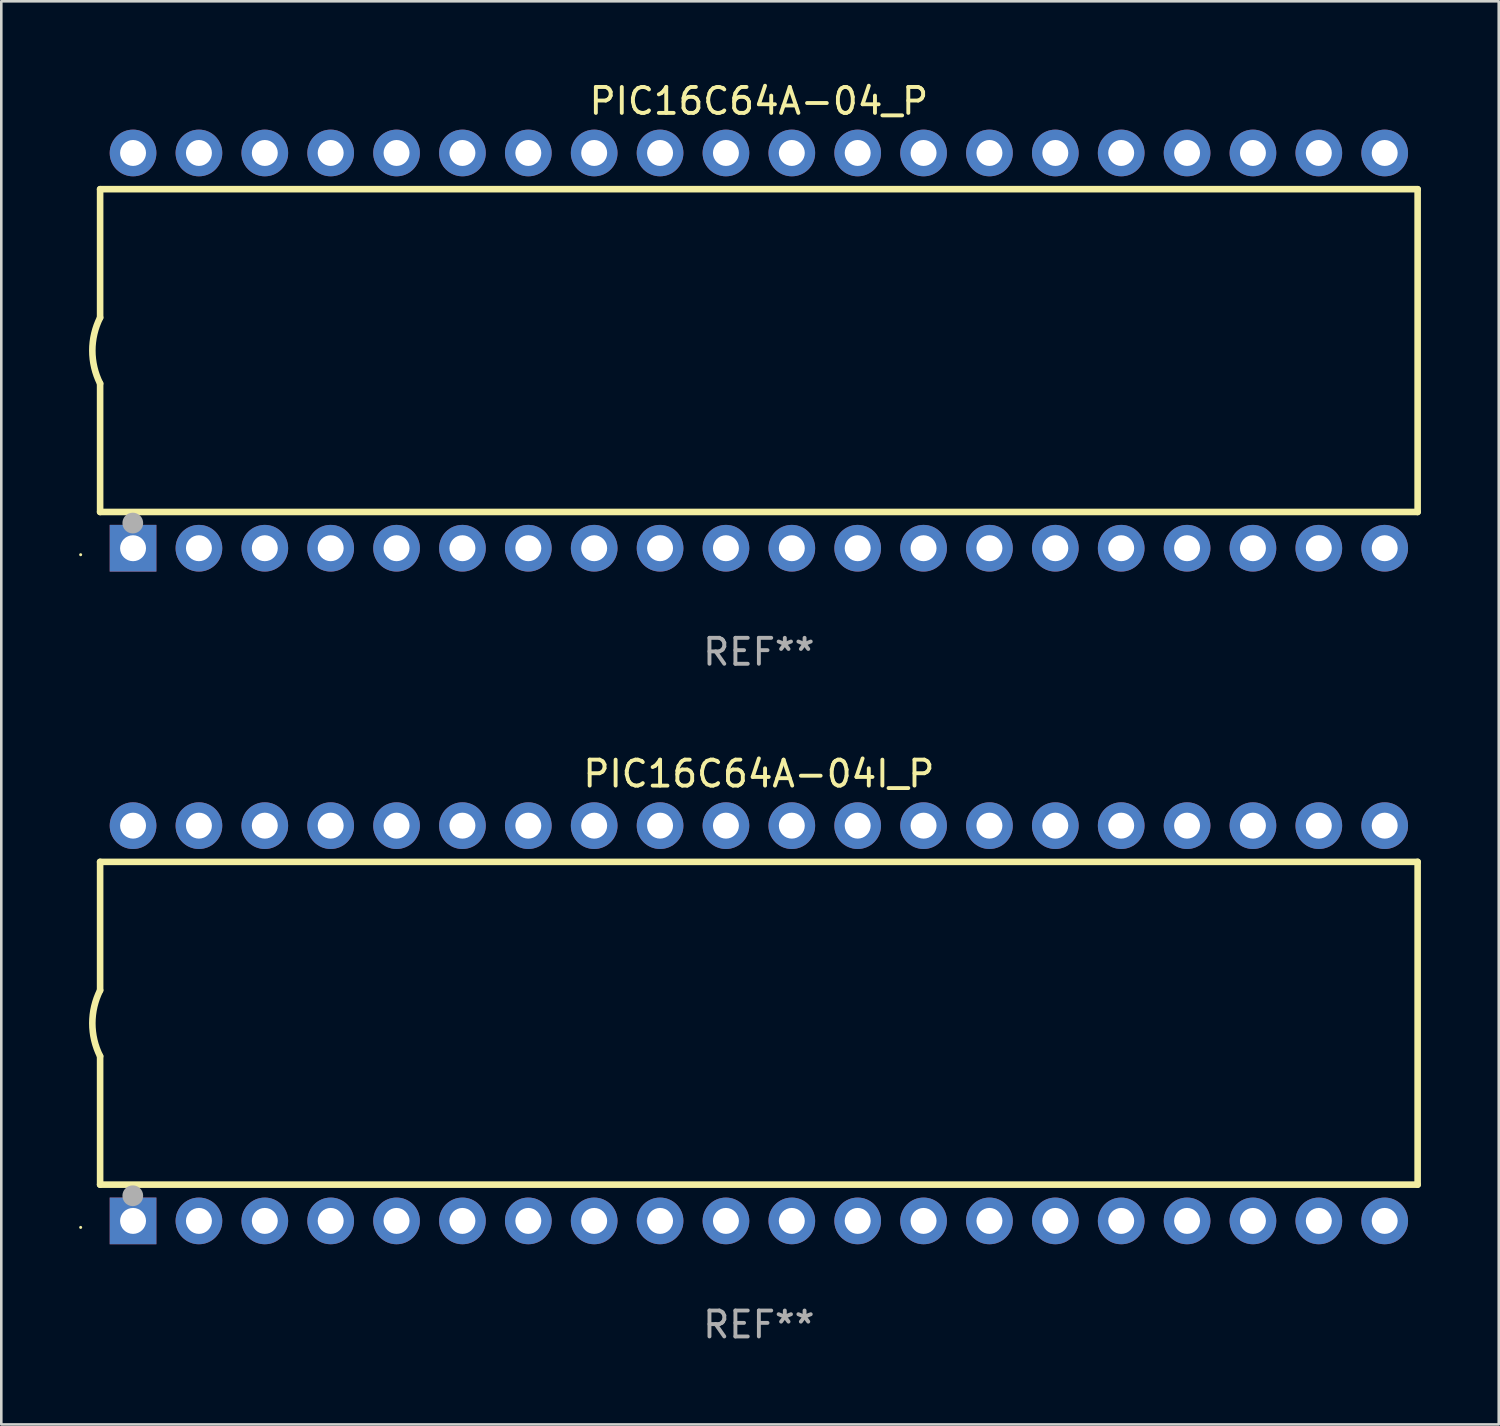
<source format=kicad_pcb>
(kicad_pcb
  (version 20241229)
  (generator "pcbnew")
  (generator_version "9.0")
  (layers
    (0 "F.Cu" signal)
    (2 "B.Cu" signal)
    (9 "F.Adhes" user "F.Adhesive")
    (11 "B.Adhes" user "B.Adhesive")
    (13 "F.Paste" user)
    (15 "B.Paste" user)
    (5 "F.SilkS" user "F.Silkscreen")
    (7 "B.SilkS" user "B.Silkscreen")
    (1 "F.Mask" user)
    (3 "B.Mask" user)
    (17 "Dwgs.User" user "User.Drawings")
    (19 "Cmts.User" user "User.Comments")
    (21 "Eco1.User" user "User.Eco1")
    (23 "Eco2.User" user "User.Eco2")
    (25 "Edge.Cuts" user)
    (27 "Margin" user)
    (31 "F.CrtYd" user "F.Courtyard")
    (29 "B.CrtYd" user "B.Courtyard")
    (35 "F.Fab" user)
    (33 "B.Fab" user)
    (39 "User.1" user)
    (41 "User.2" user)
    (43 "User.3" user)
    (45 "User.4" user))
  (footprint "PIC16C64A-04_P"
    (layer "F.Cu")
    (at 26.21 10.468)
    (property "Reference" "PIC16C64A-04_P" (at 0 -9.62 0) (layer "F.SilkS") (effects (font (size 1 1) (thickness 0.15))))
    (attr through_hole)
    (fp_line (start -25.4 -6.224) (end -25.4 -1.271) (stroke (width 0.254) (type solid)) (layer "F.SilkS"))
    (fp_line (start -25.4 -6.224) (end 25.4 -6.224) (stroke (width 0.254) (type solid)) (layer "F.SilkS"))
    (fp_line (start -25.4 1.269) (end -25.4 6.222) (stroke (width 0.254) (type solid)) (layer "F.SilkS"))
    (fp_line (start -25.4 6.222) (end 25.4 6.222) (stroke (width 0.254) (type solid)) (layer "F.SilkS"))
    (fp_line (start 25.4 6.222) (end 25.4 -6.224) (stroke (width 0.254) (type solid)) (layer "F.SilkS"))
    (fp_arc (start -25.4 1.269241) (mid -25.699807 -0.000762) (end -25.4 -1.270765) (stroke (width 0.254001) (type solid)) (layer "F.SilkS"))
    (fp_circle (center -26.15 7.87) (end -26.12 7.87) (stroke (width 0.06) (type solid)) (fill no) (layer "F.SilkS"))
    (fp_circle (center -24.14 6.65) (end -23.94 6.65) (stroke (width 0.4) (type solid)) (fill no) (layer "F.Fab"))
    (fp_text user "REF**" (at 0 11.62 0) (layer "F.Fab") (effects (font (size 1 1) (thickness 0.15))))
    (pad "1" thru_hole rect (at -24.13 7.62 90) (size 1.8 1.8) (drill 1) (layers "*.Cu" "*.Mask"))
    (pad "2" thru_hole circle (at -21.59 7.62) (size 1.8 1.8) (drill 1) (layers "*.Cu" "*.Mask"))
    (pad "3" thru_hole circle (at -19.05 7.62) (size 1.8 1.8) (drill 1) (layers "*.Cu" "*.Mask"))
    (pad "4" thru_hole circle (at -16.51 7.62) (size 1.8 1.8) (drill 1) (layers "*.Cu" "*.Mask"))
    (pad "5" thru_hole circle (at -13.97 7.62) (size 1.8 1.8) (drill 1) (layers "*.Cu" "*.Mask"))
    (pad "6" thru_hole circle (at -11.43 7.62) (size 1.8 1.8) (drill 1) (layers "*.Cu" "*.Mask"))
    (pad "7" thru_hole circle (at -8.89 7.62) (size 1.8 1.8) (drill 1) (layers "*.Cu" "*.Mask"))
    (pad "8" thru_hole circle (at -6.35 7.62) (size 1.8 1.8) (drill 1) (layers "*.Cu" "*.Mask"))
    (pad "9" thru_hole circle (at -3.81 7.62) (size 1.8 1.8) (drill 1) (layers "*.Cu" "*.Mask"))
    (pad "10" thru_hole circle (at -1.27 7.62) (size 1.8 1.8) (drill 1) (layers "*.Cu" "*.Mask"))
    (pad "11" thru_hole circle (at 1.27 7.62) (size 1.8 1.8) (drill 1) (layers "*.Cu" "*.Mask"))
    (pad "12" thru_hole circle (at 3.81 7.62) (size 1.8 1.8) (drill 1) (layers "*.Cu" "*.Mask"))
    (pad "13" thru_hole circle (at 6.35 7.62) (size 1.8 1.8) (drill 1) (layers "*.Cu" "*.Mask"))
    (pad "14" thru_hole circle (at 8.89 7.62) (size 1.8 1.8) (drill 1) (layers "*.Cu" "*.Mask"))
    (pad "15" thru_hole circle (at 11.43 7.62) (size 1.8 1.8) (drill 1) (layers "*.Cu" "*.Mask"))
    (pad "16" thru_hole circle (at 13.97 7.62) (size 1.8 1.8) (drill 1) (layers "*.Cu" "*.Mask"))
    (pad "17" thru_hole circle (at 16.51 7.62) (size 1.8 1.8) (drill 1) (layers "*.Cu" "*.Mask"))
    (pad "18" thru_hole circle (at 19.05 7.62) (size 1.8 1.8) (drill 1) (layers "*.Cu" "*.Mask"))
    (pad "19" thru_hole circle (at 21.59 7.62) (size 1.8 1.8) (drill 1) (layers "*.Cu" "*.Mask"))
    (pad "20" thru_hole circle (at 24.13 7.62) (size 1.8 1.8) (drill 1) (layers "*.Cu" "*.Mask"))
    (pad "21" thru_hole circle (at 24.13 -7.62) (size 1.8 1.8) (drill 1) (layers "*.Cu" "*.Mask"))
    (pad "22" thru_hole circle (at 21.59 -7.62) (size 1.8 1.8) (drill 1) (layers "*.Cu" "*.Mask"))
    (pad "23" thru_hole circle (at 19.05 -7.62) (size 1.8 1.8) (drill 1) (layers "*.Cu" "*.Mask"))
    (pad "24" thru_hole circle (at 16.51 -7.62) (size 1.8 1.8) (drill 1) (layers "*.Cu" "*.Mask"))
    (pad "25" thru_hole circle (at 13.97 -7.62) (size 1.8 1.8) (drill 1) (layers "*.Cu" "*.Mask"))
    (pad "26" thru_hole circle (at 11.43 -7.62) (size 1.8 1.8) (drill 1) (layers "*.Cu" "*.Mask"))
    (pad "27" thru_hole circle (at 8.89 -7.62) (size 1.8 1.8) (drill 1) (layers "*.Cu" "*.Mask"))
    (pad "28" thru_hole circle (at 6.35 -7.62) (size 1.8 1.8) (drill 1) (layers "*.Cu" "*.Mask"))
    (pad "29" thru_hole circle (at 3.81 -7.62) (size 1.8 1.8) (drill 1) (layers "*.Cu" "*.Mask"))
    (pad "30" thru_hole circle (at 1.27 -7.62) (size 1.8 1.8) (drill 1) (layers "*.Cu" "*.Mask"))
    (pad "31" thru_hole circle (at -1.27 -7.62) (size 1.8 1.8) (drill 1) (layers "*.Cu" "*.Mask"))
    (pad "32" thru_hole circle (at -3.81 -7.62) (size 1.8 1.8) (drill 1) (layers "*.Cu" "*.Mask"))
    (pad "33" thru_hole circle (at -6.35 -7.62) (size 1.8 1.8) (drill 1) (layers "*.Cu" "*.Mask"))
    (pad "34" thru_hole circle (at -8.89 -7.62) (size 1.8 1.8) (drill 1) (layers "*.Cu" "*.Mask"))
    (pad "35" thru_hole circle (at -11.43 -7.62) (size 1.8 1.8) (drill 1) (layers "*.Cu" "*.Mask"))
    (pad "36" thru_hole circle (at -13.97 -7.62) (size 1.8 1.8) (drill 1) (layers "*.Cu" "*.Mask"))
    (pad "37" thru_hole circle (at -16.51 -7.62) (size 1.8 1.8) (drill 1) (layers "*.Cu" "*.Mask"))
    (pad "38" thru_hole circle (at -19.05 -7.62) (size 1.8 1.8) (drill 1) (layers "*.Cu" "*.Mask"))
    (pad "39" thru_hole circle (at -21.59 -7.62) (size 1.8 1.8) (drill 1) (layers "*.Cu" "*.Mask"))
    (pad "40" thru_hole circle (at -24.13 -7.62) (size 1.8 1.8) (drill 1) (layers "*.Cu" "*.Mask")))
  (footprint "PIC16C64A-04I_P"
    (layer "F.Cu")
    (at 26.21 36.405)
    (property "Reference" "PIC16C64A-04I_P" (at 0 -9.62 0) (layer "F.SilkS") (effects (font (size 1 1) (thickness 0.15))))
    (attr through_hole)
    (fp_line (start -25.4 -6.224) (end -25.4 -1.271) (stroke (width 0.254) (type solid)) (layer "F.SilkS"))
    (fp_line (start -25.4 -6.224) (end 25.4 -6.224) (stroke (width 0.254) (type solid)) (layer "F.SilkS"))
    (fp_line (start -25.4 1.269) (end -25.4 6.222) (stroke (width 0.254) (type solid)) (layer "F.SilkS"))
    (fp_line (start -25.4 6.222) (end 25.4 6.222) (stroke (width 0.254) (type solid)) (layer "F.SilkS"))
    (fp_line (start 25.4 6.222) (end 25.4 -6.224) (stroke (width 0.254) (type solid)) (layer "F.SilkS"))
    (fp_arc (start -25.4 1.269241) (mid -25.699807 -0.000762) (end -25.4 -1.270765) (stroke (width 0.254001) (type solid)) (layer "F.SilkS"))
    (fp_circle (center -26.15 7.87) (end -26.12 7.87) (stroke (width 0.06) (type solid)) (fill no) (layer "F.SilkS"))
    (fp_circle (center -24.14 6.65) (end -23.94 6.65) (stroke (width 0.4) (type solid)) (fill no) (layer "F.Fab"))
    (fp_text user "REF**" (at 0 11.62 0) (layer "F.Fab") (effects (font (size 1 1) (thickness 0.15))))
    (pad "1" thru_hole rect (at -24.13 7.62 90) (size 1.8 1.8) (drill 1) (layers "*.Cu" "*.Mask"))
    (pad "2" thru_hole circle (at -21.59 7.62) (size 1.8 1.8) (drill 1) (layers "*.Cu" "*.Mask"))
    (pad "3" thru_hole circle (at -19.05 7.62) (size 1.8 1.8) (drill 1) (layers "*.Cu" "*.Mask"))
    (pad "4" thru_hole circle (at -16.51 7.62) (size 1.8 1.8) (drill 1) (layers "*.Cu" "*.Mask"))
    (pad "5" thru_hole circle (at -13.97 7.62) (size 1.8 1.8) (drill 1) (layers "*.Cu" "*.Mask"))
    (pad "6" thru_hole circle (at -11.43 7.62) (size 1.8 1.8) (drill 1) (layers "*.Cu" "*.Mask"))
    (pad "7" thru_hole circle (at -8.89 7.62) (size 1.8 1.8) (drill 1) (layers "*.Cu" "*.Mask"))
    (pad "8" thru_hole circle (at -6.35 7.62) (size 1.8 1.8) (drill 1) (layers "*.Cu" "*.Mask"))
    (pad "9" thru_hole circle (at -3.81 7.62) (size 1.8 1.8) (drill 1) (layers "*.Cu" "*.Mask"))
    (pad "10" thru_hole circle (at -1.27 7.62) (size 1.8 1.8) (drill 1) (layers "*.Cu" "*.Mask"))
    (pad "11" thru_hole circle (at 1.27 7.62) (size 1.8 1.8) (drill 1) (layers "*.Cu" "*.Mask"))
    (pad "12" thru_hole circle (at 3.81 7.62) (size 1.8 1.8) (drill 1) (layers "*.Cu" "*.Mask"))
    (pad "13" thru_hole circle (at 6.35 7.62) (size 1.8 1.8) (drill 1) (layers "*.Cu" "*.Mask"))
    (pad "14" thru_hole circle (at 8.89 7.62) (size 1.8 1.8) (drill 1) (layers "*.Cu" "*.Mask"))
    (pad "15" thru_hole circle (at 11.43 7.62) (size 1.8 1.8) (drill 1) (layers "*.Cu" "*.Mask"))
    (pad "16" thru_hole circle (at 13.97 7.62) (size 1.8 1.8) (drill 1) (layers "*.Cu" "*.Mask"))
    (pad "17" thru_hole circle (at 16.51 7.62) (size 1.8 1.8) (drill 1) (layers "*.Cu" "*.Mask"))
    (pad "18" thru_hole circle (at 19.05 7.62) (size 1.8 1.8) (drill 1) (layers "*.Cu" "*.Mask"))
    (pad "19" thru_hole circle (at 21.59 7.62) (size 1.8 1.8) (drill 1) (layers "*.Cu" "*.Mask"))
    (pad "20" thru_hole circle (at 24.13 7.62) (size 1.8 1.8) (drill 1) (layers "*.Cu" "*.Mask"))
    (pad "21" thru_hole circle (at 24.13 -7.62) (size 1.8 1.8) (drill 1) (layers "*.Cu" "*.Mask"))
    (pad "22" thru_hole circle (at 21.59 -7.62) (size 1.8 1.8) (drill 1) (layers "*.Cu" "*.Mask"))
    (pad "23" thru_hole circle (at 19.05 -7.62) (size 1.8 1.8) (drill 1) (layers "*.Cu" "*.Mask"))
    (pad "24" thru_hole circle (at 16.51 -7.62) (size 1.8 1.8) (drill 1) (layers "*.Cu" "*.Mask"))
    (pad "25" thru_hole circle (at 13.97 -7.62) (size 1.8 1.8) (drill 1) (layers "*.Cu" "*.Mask"))
    (pad "26" thru_hole circle (at 11.43 -7.62) (size 1.8 1.8) (drill 1) (layers "*.Cu" "*.Mask"))
    (pad "27" thru_hole circle (at 8.89 -7.62) (size 1.8 1.8) (drill 1) (layers "*.Cu" "*.Mask"))
    (pad "28" thru_hole circle (at 6.35 -7.62) (size 1.8 1.8) (drill 1) (layers "*.Cu" "*.Mask"))
    (pad "29" thru_hole circle (at 3.81 -7.62) (size 1.8 1.8) (drill 1) (layers "*.Cu" "*.Mask"))
    (pad "30" thru_hole circle (at 1.27 -7.62) (size 1.8 1.8) (drill 1) (layers "*.Cu" "*.Mask"))
    (pad "31" thru_hole circle (at -1.27 -7.62) (size 1.8 1.8) (drill 1) (layers "*.Cu" "*.Mask"))
    (pad "32" thru_hole circle (at -3.81 -7.62) (size 1.8 1.8) (drill 1) (layers "*.Cu" "*.Mask"))
    (pad "33" thru_hole circle (at -6.35 -7.62) (size 1.8 1.8) (drill 1) (layers "*.Cu" "*.Mask"))
    (pad "34" thru_hole circle (at -8.89 -7.62) (size 1.8 1.8) (drill 1) (layers "*.Cu" "*.Mask"))
    (pad "35" thru_hole circle (at -11.43 -7.62) (size 1.8 1.8) (drill 1) (layers "*.Cu" "*.Mask"))
    (pad "36" thru_hole circle (at -13.97 -7.62) (size 1.8 1.8) (drill 1) (layers "*.Cu" "*.Mask"))
    (pad "37" thru_hole circle (at -16.51 -7.62) (size 1.8 1.8) (drill 1) (layers "*.Cu" "*.Mask"))
    (pad "38" thru_hole circle (at -19.05 -7.62) (size 1.8 1.8) (drill 1) (layers "*.Cu" "*.Mask"))
    (pad "39" thru_hole circle (at -21.59 -7.62) (size 1.8 1.8) (drill 1) (layers "*.Cu" "*.Mask"))
    (pad "40" thru_hole circle (at -24.13 -7.62) (size 1.8 1.8) (drill 1) (layers "*.Cu" "*.Mask")))
  (gr_rect
    (start -3 -3)
    (end 54.737 51.873)
    (stroke (width 0.1) (type default))
    (fill no)
    (layer "Edge.Cuts")))
</source>
